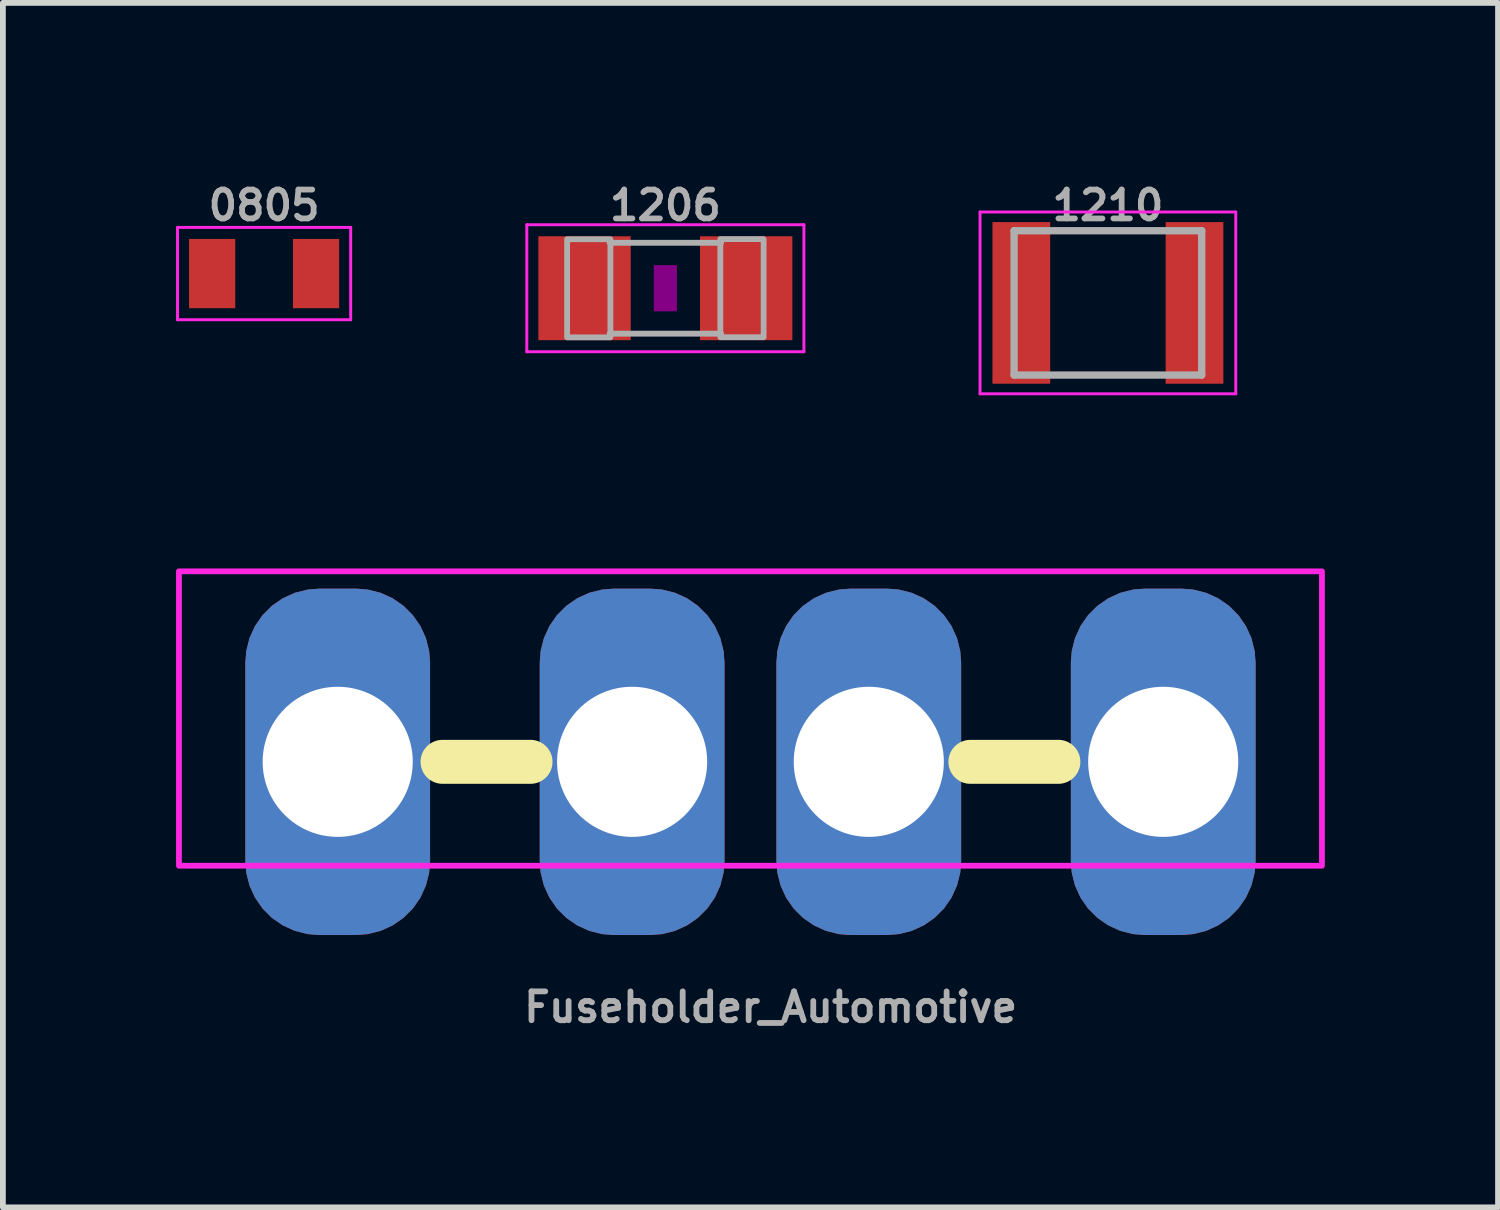
<source format=kicad_pcb>
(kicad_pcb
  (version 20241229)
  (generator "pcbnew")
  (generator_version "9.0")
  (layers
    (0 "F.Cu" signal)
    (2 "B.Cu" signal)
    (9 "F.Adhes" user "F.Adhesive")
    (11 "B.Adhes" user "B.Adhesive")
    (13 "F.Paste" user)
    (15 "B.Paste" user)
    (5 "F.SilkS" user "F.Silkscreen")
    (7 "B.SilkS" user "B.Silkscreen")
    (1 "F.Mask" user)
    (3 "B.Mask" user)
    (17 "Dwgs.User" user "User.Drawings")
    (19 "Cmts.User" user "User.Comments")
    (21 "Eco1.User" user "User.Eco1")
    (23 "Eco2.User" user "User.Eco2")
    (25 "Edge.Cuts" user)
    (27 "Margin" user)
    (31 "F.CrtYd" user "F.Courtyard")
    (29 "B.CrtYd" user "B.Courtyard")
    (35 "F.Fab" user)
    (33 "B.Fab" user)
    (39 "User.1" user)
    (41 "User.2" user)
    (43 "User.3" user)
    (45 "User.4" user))
  (footprint "Fuseholder_Automotive"
    (layer "F.Cu")
    (at 9.95 10.147)
    (property "Reference" "Fuseholder_Automotive" (at 0.35 4.25 0) (layer "F.Fab") (effects (font (size 0.5 0.5) (thickness 0.1))))
    (attr through_hole)
    (fp_line (start -3.81 0) (end -5.334 0) (stroke (width 0.762) (type default)) (layer "F.SilkS"))
    (fp_line (start 5.334 0) (end 3.81 0) (stroke (width 0.762) (type default)) (layer "F.SilkS"))
    (fp_rect (start 9.9 -3.3) (end -9.9 1.8) (stroke (width 0.1) (type default)) (fill no) (layer "F.CrtYd"))
    (fp_rect (start -9.65 -3) (end 9.65 1.5) (stroke (width 0.1) (type default)) (fill no) (layer "User.1"))
    (pad "1" thru_hole roundrect (at -7.15 0) (size 3.2 6) (drill 2.6) (layers "*.Cu" "*.Mask") (roundrect_rratio 0.4))
    (pad "1" thru_hole roundrect (at -2.05 0) (size 3.2 6) (drill 2.6) (layers "*.Cu" "*.Mask") (roundrect_rratio 0.4))
    (pad "2" thru_hole roundrect (at 2.05 0) (size 3.2 6) (drill 2.6) (layers "*.Cu" "*.Mask") (roundrect_rratio 0.4))
    (pad "2" thru_hole roundrect (at 7.15 0) (size 3.2 6) (drill 2.6) (layers "*.Cu" "*.Mask") (roundrect_rratio 0.4)))
  (footprint "1206"
    (layer "F.Cu")
    (at 8.476 1.943)
    (property "Reference" "1206" (at 0 -1.143 0) (layer "F.Fab") (effects (font (size 0.5 0.5) (thickness 0.1) (bold yes)) (justify bottom)))
    (fp_poly (pts (xy -0.2 0.4) (xy 0.2 0.4) (xy 0.2 -0.4) (xy -0.2 -0.4)) (stroke (width 0) (type default)) (fill yes) (layer "F.Adhes"))
    (fp_line (start -2.4 -1.1) (end 2.4 -1.1) (stroke (width 0.051) (type solid)) (layer "F.CrtYd"))
    (fp_line (start -2.4 1.1) (end -2.4 -1.1) (stroke (width 0.051) (type solid)) (layer "F.CrtYd"))
    (fp_line (start 2.4 -1.1) (end 2.4 1.1) (stroke (width 0.051) (type solid)) (layer "F.CrtYd"))
    (fp_line (start 2.4 1.1) (end -2.4 1.1) (stroke (width 0.051) (type solid)) (layer "F.CrtYd"))
    (fp_line (start -0.965 -0.787) (end 0.965 -0.787) (stroke (width 0.102) (type solid)) (layer "F.Fab"))
    (fp_line (start -0.965 0.787) (end 0.965 0.787) (stroke (width 0.102) (type solid)) (layer "F.Fab"))
    (fp_poly (pts (xy -1.702 0.851) (xy -0.952 0.851) (xy -0.952 -0.849) (xy -1.702 -0.849)) (stroke (width 0.1) (type default)) (fill no) (layer "F.Fab"))
    (fp_poly (pts (xy 0.952 0.849) (xy 1.702 0.849) (xy 1.702 -0.851) (xy 0.952 -0.851)) (stroke (width 0.1) (type default)) (fill no) (layer "F.Fab"))
    (pad "1" smd rect (at -1.4 0) (size 1.6 1.8) (layers "F.Cu" "F.Mask" "F.Paste"))
    (pad "2" smd rect (at 1.4 0) (size 1.6 1.8) (layers "F.Cu" "F.Mask" "F.Paste")))
  (footprint "1210"
    (layer "F.Cu")
    (at 16.142 2.197)
    (property "Reference" "1210" (at 0 -1.397 0) (layer "F.Fab") (effects (font (size 0.5 0.5) (thickness 0.1) (bold yes)) (justify bottom)))
    (fp_line (start -2.215 -1.575) (end 2.215 -1.575) (stroke (width 0.051) (type solid)) (layer "F.CrtYd"))
    (fp_line (start -2.215 1.575) (end -2.215 -1.575) (stroke (width 0.051) (type solid)) (layer "F.CrtYd"))
    (fp_line (start 2.215 -1.575) (end 2.215 1.575) (stroke (width 0.051) (type solid)) (layer "F.CrtYd"))
    (fp_line (start 2.215 1.575) (end -2.215 1.575) (stroke (width 0.051) (type solid)) (layer "F.CrtYd"))
    (fp_line (start -1.625 -1.25) (end 1.625 -1.25) (stroke (width 0.127) (type solid)) (layer "F.Fab"))
    (fp_line (start -1.625 1.25) (end -1.625 -1.25) (stroke (width 0.127) (type solid)) (layer "F.Fab"))
    (fp_line (start 1.625 1.25) (end -1.625 1.25) (stroke (width 0.127) (type solid)) (layer "F.Fab"))
    (fp_line (start 1.625 -1.25) (end 1.625 1.25) (stroke (width 0.127) (type solid)) (layer "F.Fab"))
    (pad "1" smd rect (at -1.5 0) (size 1 2.8) (layers "F.Cu" "F.Mask" "F.Paste"))
    (pad "2" smd rect (at 1.5 0) (size 1 2.8) (layers "F.Cu" "F.Mask" "F.Paste")))
  (footprint "0805"
    (layer "F.Cu")
    (at 1.525 1.689)
    (property "Reference" "0805" (at 0 -0.889 0) (layer "F.Fab") (effects (font (size 0.5 0.5) (thickness 0.1) (bold yes)) (justify bottom)))
    (fp_line (start -1.5 -0.8) (end 1.5 -0.8) (stroke (width 0.051) (type solid)) (layer "F.CrtYd"))
    (fp_line (start -1.5 0.8) (end -1.5 -0.8) (stroke (width 0.051) (type solid)) (layer "F.CrtYd"))
    (fp_line (start 1.5 -0.8) (end 1.5 0.8) (stroke (width 0.051) (type solid)) (layer "F.CrtYd"))
    (fp_line (start 1.5 0.8) (end -1.5 0.8) (stroke (width 0.051) (type solid)) (layer "F.CrtYd"))
    (pad "1" smd rect (at -0.9 0) (size 0.8 1.2) (layers "F.Cu" "F.Mask" "F.Paste"))
    (pad "2" smd rect (at 0.9 0) (size 0.8 1.2) (layers "F.Cu" "F.Mask" "F.Paste")))
  (gr_rect
    (start -3 -3)
    (end 22.9 17.865)
    (stroke (width 0.1) (type default))
    (fill no)
    (layer "Edge.Cuts")))
</source>
